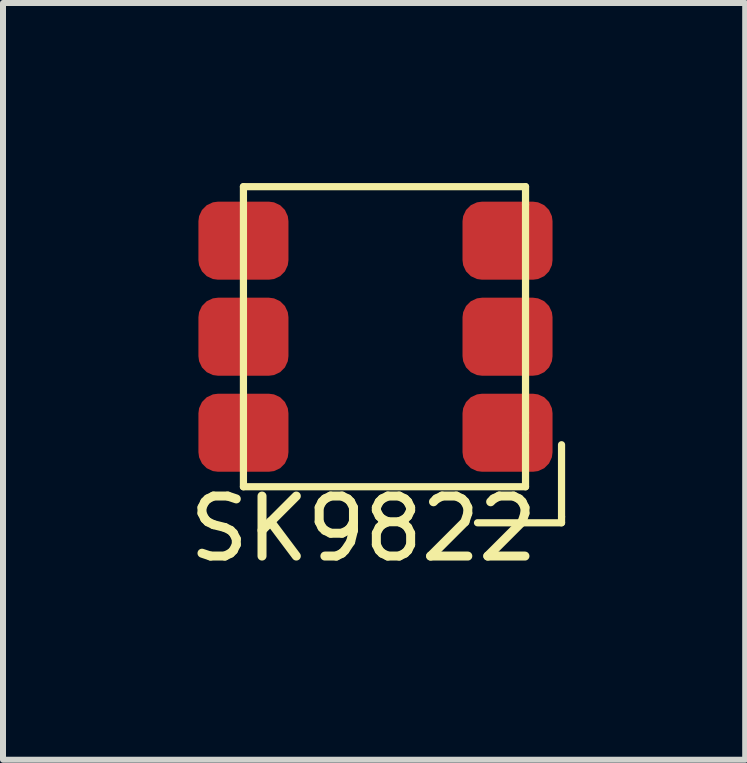
<source format=kicad_pcb>
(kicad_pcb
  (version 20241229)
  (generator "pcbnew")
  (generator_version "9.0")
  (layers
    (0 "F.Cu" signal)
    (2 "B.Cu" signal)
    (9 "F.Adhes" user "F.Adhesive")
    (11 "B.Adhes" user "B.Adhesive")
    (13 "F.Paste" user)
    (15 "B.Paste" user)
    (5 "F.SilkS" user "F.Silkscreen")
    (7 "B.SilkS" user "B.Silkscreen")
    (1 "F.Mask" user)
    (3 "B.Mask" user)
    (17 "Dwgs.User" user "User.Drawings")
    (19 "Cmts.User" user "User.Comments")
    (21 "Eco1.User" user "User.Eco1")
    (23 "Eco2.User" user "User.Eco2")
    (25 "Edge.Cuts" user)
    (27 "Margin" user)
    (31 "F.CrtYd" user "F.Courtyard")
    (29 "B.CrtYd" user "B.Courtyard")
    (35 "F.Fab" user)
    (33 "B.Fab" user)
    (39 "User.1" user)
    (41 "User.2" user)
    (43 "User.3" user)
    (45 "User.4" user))
  (footprint "SK9822"
    (layer "F.Cu")
    (at 1.006 4.16)
    (property "Reference" "SK9822" (at 2 1.6 0) (layer "F.SilkS") (effects (font (size 1 1) (thickness 0.15))))
    (attr through_hole)
    (fp_line (start 0 -4.1) (end 0 0.9) (stroke (width 0.12) (type solid)) (layer "F.SilkS"))
    (fp_line (start 0 -4.1) (end 4.7 -4.1) (stroke (width 0.12) (type solid)) (layer "F.SilkS"))
    (fp_line (start 0 0.9) (end 4.7 0.9) (stroke (width 0.12) (type solid)) (layer "F.SilkS"))
    (fp_line (start 4.7 -4.1) (end 4.7 -3.8) (stroke (width 0.12) (type solid)) (layer "F.SilkS"))
    (fp_line (start 4.7 0) (end 4.7 -3.8) (stroke (width 0.12) (type solid)) (layer "F.SilkS"))
    (fp_line (start 4.7 0.9) (end 4.7 0) (stroke (width 0.12) (type solid)) (layer "F.SilkS"))
    (fp_line (start 5.3 0.2) (end 5.3 1.4) (stroke (width 0.12) (type solid)) (layer "F.SilkS"))
    (fp_line (start 5.3 1.4) (end 5.3 1.5) (stroke (width 0.12) (type solid)) (layer "F.SilkS"))
    (fp_line (start 5.3 1.5) (end 3.9 1.5) (stroke (width 0.12) (type solid)) (layer "F.SilkS"))
    (pad "1" smd roundrect (at 4.4 0) (size 1.5 1.3) (layers "F.Cu" "F.Mask" "F.Paste") (roundrect_rratio 0.25))
    (pad "2" smd roundrect (at 4.4 -1.6) (size 1.5 1.3) (layers "F.Cu" "F.Mask" "F.Paste") (roundrect_rratio 0.25))
    (pad "3" smd roundrect (at 4.4 -3.2) (size 1.5 1.3) (layers "F.Cu" "F.Mask" "F.Paste") (roundrect_rratio 0.25))
    (pad "4" smd roundrect (at 0 -3.2) (size 1.5 1.3) (layers "F.Cu" "F.Mask" "F.Paste") (roundrect_rratio 0.25))
    (pad "5" smd roundrect (at 0 -1.6) (size 1.5 1.3) (layers "F.Cu" "F.Mask" "F.Paste") (roundrect_rratio 0.25))
    (pad "6" smd roundrect (at 0 0) (size 1.5 1.3) (layers "F.Cu" "F.Mask" "F.Paste") (roundrect_rratio 0.25)))
  (gr_rect
    (start -3 -3)
    (end 9.366 9.608)
    (stroke (width 0.1) (type default))
    (fill no)
    (layer "Edge.Cuts")))
</source>
